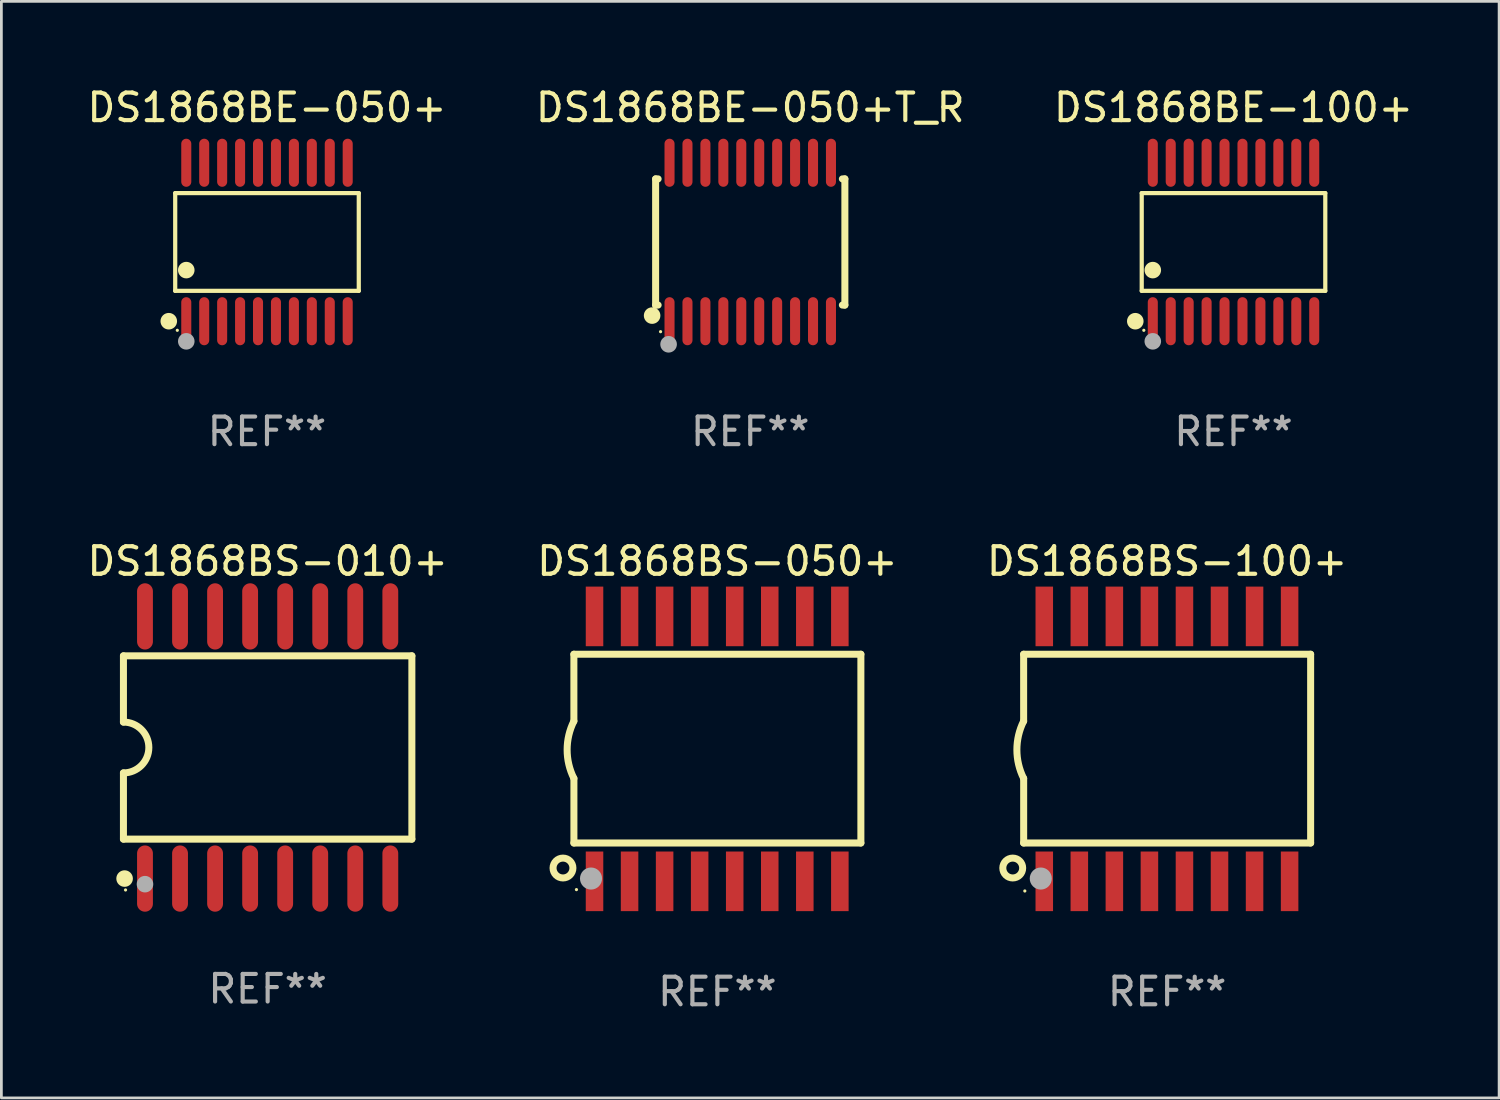
<source format=kicad_pcb>
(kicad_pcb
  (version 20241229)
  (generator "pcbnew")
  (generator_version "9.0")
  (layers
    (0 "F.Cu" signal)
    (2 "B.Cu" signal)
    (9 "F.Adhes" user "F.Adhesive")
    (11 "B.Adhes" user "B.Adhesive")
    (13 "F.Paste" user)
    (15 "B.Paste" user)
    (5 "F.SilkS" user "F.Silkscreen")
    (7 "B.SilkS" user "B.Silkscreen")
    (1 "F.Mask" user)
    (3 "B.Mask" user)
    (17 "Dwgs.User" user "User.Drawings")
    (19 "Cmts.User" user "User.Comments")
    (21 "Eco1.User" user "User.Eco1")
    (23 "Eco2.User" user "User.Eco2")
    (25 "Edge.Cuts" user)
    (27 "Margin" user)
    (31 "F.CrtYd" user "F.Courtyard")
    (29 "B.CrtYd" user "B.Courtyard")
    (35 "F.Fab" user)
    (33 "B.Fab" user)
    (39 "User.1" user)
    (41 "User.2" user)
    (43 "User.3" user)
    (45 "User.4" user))
  (footprint "DS1868BE-100+"
    (layer "F.Cu")
    (at 41.649 5.719)
    (property "Reference" "DS1868BE-100+" (at 0 -4.871 0) (layer "F.SilkS") (effects (font (size 1 1) (thickness 0.15))))
    (attr through_hole)
    (fp_line (start -3.326 -1.771) (end 3.326 -1.771) (stroke (width 0.152) (type solid)) (layer "F.SilkS"))
    (fp_line (start -3.326 1.771) (end -3.326 -1.771) (stroke (width 0.152) (type solid)) (layer "F.SilkS"))
    (fp_line (start 3.326 -1.771) (end 3.326 1.771) (stroke (width 0.152) (type solid)) (layer "F.SilkS"))
    (fp_line (start 3.326 1.771) (end -3.326 1.771) (stroke (width 0.152) (type solid)) (layer "F.SilkS"))
    (fp_circle (center -3.559 2.871) (end -3.409 2.871) (stroke (width 0.3) (type solid)) (fill no) (layer "F.SilkS"))
    (fp_circle (center -3.25 3.2) (end -3.22 3.2) (stroke (width 0.06) (type solid)) (fill no) (layer "F.SilkS"))
    (fp_circle (center -2.925 1.019) (end -2.775 1.019) (stroke (width 0.3) (type solid)) (fill no) (layer "F.SilkS"))
    (fp_circle (center -2.925 3.6) (end -2.775 3.6) (stroke (width 0.3) (type solid)) (fill no) (layer "F.Fab"))
    (fp_text user "REF**" (at 0 6.871 0) (layer "F.Fab") (effects (font (size 1 1) (thickness 0.15))))
    (pad "1" smd oval (at -2.925 2.871) (size 0.364 1.742) (layers "F.Cu" "F.Mask" "F.Paste"))
    (pad "2" smd oval (at -2.275 2.871) (size 0.364 1.742) (layers "F.Cu" "F.Mask" "F.Paste"))
    (pad "3" smd oval (at -1.625 2.871) (size 0.364 1.742) (layers "F.Cu" "F.Mask" "F.Paste"))
    (pad "4" smd oval (at -0.975 2.871) (size 0.364 1.742) (layers "F.Cu" "F.Mask" "F.Paste"))
    (pad "5" smd oval (at -0.325 2.871) (size 0.364 1.742) (layers "F.Cu" "F.Mask" "F.Paste"))
    (pad "6" smd oval (at 0.325 2.871) (size 0.364 1.742) (layers "F.Cu" "F.Mask" "F.Paste"))
    (pad "7" smd oval (at 0.975 2.871) (size 0.364 1.742) (layers "F.Cu" "F.Mask" "F.Paste"))
    (pad "8" smd oval (at 1.625 2.871) (size 0.364 1.742) (layers "F.Cu" "F.Mask" "F.Paste"))
    (pad "9" smd oval (at 2.275 2.871) (size 0.364 1.742) (layers "F.Cu" "F.Mask" "F.Paste"))
    (pad "10" smd oval (at 2.925 2.871) (size 0.364 1.742) (layers "F.Cu" "F.Mask" "F.Paste"))
    (pad "11" smd oval (at 2.925 -2.871) (size 0.364 1.742) (layers "F.Cu" "F.Mask" "F.Paste"))
    (pad "12" smd oval (at 2.275 -2.871) (size 0.364 1.742) (layers "F.Cu" "F.Mask" "F.Paste"))
    (pad "13" smd oval (at 1.625 -2.871) (size 0.364 1.742) (layers "F.Cu" "F.Mask" "F.Paste"))
    (pad "14" smd oval (at 0.975 -2.871) (size 0.364 1.742) (layers "F.Cu" "F.Mask" "F.Paste"))
    (pad "15" smd oval (at 0.325 -2.871) (size 0.364 1.742) (layers "F.Cu" "F.Mask" "F.Paste"))
    (pad "16" smd oval (at -0.325 -2.871) (size 0.364 1.742) (layers "F.Cu" "F.Mask" "F.Paste"))
    (pad "17" smd oval (at -0.975 -2.871) (size 0.364 1.742) (layers "F.Cu" "F.Mask" "F.Paste"))
    (pad "18" smd oval (at -1.625 -2.871) (size 0.364 1.742) (layers "F.Cu" "F.Mask" "F.Paste"))
    (pad "19" smd oval (at -2.275 -2.871) (size 0.364 1.742) (layers "F.Cu" "F.Mask" "F.Paste"))
    (pad "20" smd oval (at -2.925 -2.871) (size 0.364 1.742) (layers "F.Cu" "F.Mask" "F.Paste")))
  (footprint "DS1868BS-050+"
    (layer "F.Cu")
    (at 22.946 24.087)
    (property "Reference" "DS1868BS-050+" (at 0 -6.8 0) (layer "F.SilkS") (effects (font (size 1 1) (thickness 0.15))))
    (attr through_hole)
    (fp_line (start -5.2 -3.429) (end -5.2 -1.005) (stroke (width 0.254) (type solid)) (layer "F.SilkS"))
    (fp_line (start -5.2 -3.429) (end 5.2 -3.429) (stroke (width 0.254) (type solid)) (layer "F.SilkS"))
    (fp_line (start -5.2 3.411) (end 5.2 3.411) (stroke (width 0.254) (type solid)) (layer "F.SilkS"))
    (fp_line (start -5.199 1.071) (end -5.199 3.411) (stroke (width 0.254) (type solid)) (layer "F.SilkS"))
    (fp_line (start 5.2 -3.429) (end 5.2 3.411) (stroke (width 0.254) (type solid)) (layer "F.SilkS"))
    (fp_arc (start -5.199391 1.07079) (mid -5.444637 0.032863) (end -5.2 -1.005207) (stroke (width 0.254001) (type solid)) (layer "F.SilkS"))
    (fp_circle (center -5.595 4.318) (end -5.235 4.318) (stroke (width 0.254) (type solid)) (fill no) (layer "F.SilkS"))
    (fp_circle (center -5.107 5.1) (end -5.077 5.1) (stroke (width 0.06) (type solid)) (fill no) (layer "F.SilkS"))
    (fp_circle (center -4.579 4.699) (end -4.379 4.699) (stroke (width 0.4) (type solid)) (fill no) (layer "F.Fab"))
    (fp_text user "REF**" (at 0 8.8 0) (layer "F.Fab") (effects (font (size 1 1) (thickness 0.15))))
    (pad "1" smd rect (at -4.452 4.8) (size 0.635 2.16) (layers "F.Cu" "F.Mask" "F.Paste"))
    (pad "2" smd rect (at -3.182 4.8) (size 0.635 2.16) (layers "F.Cu" "F.Mask" "F.Paste"))
    (pad "3" smd rect (at -1.912 4.8) (size 0.635 2.16) (layers "F.Cu" "F.Mask" "F.Paste"))
    (pad "4" smd rect (at -0.642 4.8) (size 0.635 2.16) (layers "F.Cu" "F.Mask" "F.Paste"))
    (pad "5" smd rect (at 0.628 4.8) (size 0.635 2.16) (layers "F.Cu" "F.Mask" "F.Paste"))
    (pad "6" smd rect (at 1.898 4.8) (size 0.635 2.16) (layers "F.Cu" "F.Mask" "F.Paste"))
    (pad "7" smd rect (at 3.168 4.8) (size 0.635 2.16) (layers "F.Cu" "F.Mask" "F.Paste"))
    (pad "8" smd rect (at 4.438 4.8) (size 0.635 2.16) (layers "F.Cu" "F.Mask" "F.Paste"))
    (pad "9" smd rect (at 4.438 -4.8) (size 0.635 2.16) (layers "F.Cu" "F.Mask" "F.Paste"))
    (pad "10" smd rect (at 3.168 -4.8) (size 0.635 2.16) (layers "F.Cu" "F.Mask" "F.Paste"))
    (pad "11" smd rect (at 1.898 -4.8) (size 0.635 2.16) (layers "F.Cu" "F.Mask" "F.Paste"))
    (pad "12" smd rect (at 0.628 -4.8) (size 0.635 2.16) (layers "F.Cu" "F.Mask" "F.Paste"))
    (pad "13" smd rect (at -0.642 -4.8) (size 0.635 2.16) (layers "F.Cu" "F.Mask" "F.Paste"))
    (pad "14" smd rect (at -1.912 -4.8) (size 0.635 2.16) (layers "F.Cu" "F.Mask" "F.Paste"))
    (pad "15" smd rect (at -3.182 -4.8) (size 0.635 2.16) (layers "F.Cu" "F.Mask" "F.Paste"))
    (pad "16" smd rect (at -4.452 -4.8) (size 0.635 2.16) (layers "F.Cu" "F.Mask" "F.Paste")))
  (footprint "DS1868BS-010+"
    (layer "F.Cu")
    (at 6.649 24.037)
    (property "Reference" "DS1868BS-010+" (at 0 -6.75 0) (layer "F.SilkS") (effects (font (size 1 1) (thickness 0.15))))
    (attr through_hole)
    (fp_line (start -5.226 -3.321) (end -5.226 -0.921) (stroke (width 0.254) (type solid)) (layer "F.SilkS"))
    (fp_line (start -5.226 -3.321) (end 5.226 -3.321) (stroke (width 0.254) (type solid)) (layer "F.SilkS"))
    (fp_line (start -5.226 3.321) (end -5.226 0.921) (stroke (width 0.254) (type solid)) (layer "F.SilkS"))
    (fp_line (start 5.226 -3.321) (end 5.226 3.321) (stroke (width 0.254) (type solid)) (layer "F.SilkS"))
    (fp_line (start 5.226 3.321) (end -5.226 3.321) (stroke (width 0.254) (type solid)) (layer "F.SilkS"))
    (fp_arc (start -5.226594 -0.920751) (mid -4.305538 0.000127) (end -5.226238 0.921361) (stroke (width 0.254001) (type solid)) (layer "F.SilkS"))
    (fp_circle (center -5.184 4.75) (end -5.034 4.75) (stroke (width 0.3) (type solid)) (fill no) (layer "F.SilkS"))
    (fp_circle (center -5.15 5.163) (end -5.12 5.163) (stroke (width 0.06) (type solid)) (fill no) (layer "F.SilkS"))
    (fp_circle (center -4.445 4.953) (end -4.295 4.953) (stroke (width 0.3) (type solid)) (fill no) (layer "F.Fab"))
    (fp_text user "REF**" (at 0 8.75 0) (layer "F.Fab") (effects (font (size 1 1) (thickness 0.15))))
    (pad "1" smd oval (at -4.445 4.75) (size 0.574 2.401) (layers "F.Cu" "F.Mask" "F.Paste"))
    (pad "2" smd oval (at -3.175 4.75) (size 0.574 2.401) (layers "F.Cu" "F.Mask" "F.Paste"))
    (pad "3" smd oval (at -1.905 4.75) (size 0.574 2.401) (layers "F.Cu" "F.Mask" "F.Paste"))
    (pad "4" smd oval (at -0.635 4.75) (size 0.574 2.401) (layers "F.Cu" "F.Mask" "F.Paste"))
    (pad "5" smd oval (at 0.635 4.75) (size 0.574 2.401) (layers "F.Cu" "F.Mask" "F.Paste"))
    (pad "6" smd oval (at 1.905 4.75) (size 0.574 2.401) (layers "F.Cu" "F.Mask" "F.Paste"))
    (pad "7" smd oval (at 3.175 4.75) (size 0.574 2.401) (layers "F.Cu" "F.Mask" "F.Paste"))
    (pad "8" smd oval (at 4.445 4.75) (size 0.574 2.401) (layers "F.Cu" "F.Mask" "F.Paste"))
    (pad "9" smd oval (at 4.445 -4.75) (size 0.574 2.401) (layers "F.Cu" "F.Mask" "F.Paste"))
    (pad "10" smd oval (at 3.175 -4.75) (size 0.574 2.401) (layers "F.Cu" "F.Mask" "F.Paste"))
    (pad "11" smd oval (at 1.905 -4.75) (size 0.574 2.401) (layers "F.Cu" "F.Mask" "F.Paste"))
    (pad "12" smd oval (at 0.635 -4.75) (size 0.574 2.401) (layers "F.Cu" "F.Mask" "F.Paste"))
    (pad "13" smd oval (at -0.635 -4.75) (size 0.574 2.401) (layers "F.Cu" "F.Mask" "F.Paste"))
    (pad "14" smd oval (at -1.905 -4.75) (size 0.574 2.401) (layers "F.Cu" "F.Mask" "F.Paste"))
    (pad "15" smd oval (at -3.175 -4.75) (size 0.574 2.401) (layers "F.Cu" "F.Mask" "F.Paste"))
    (pad "16" smd oval (at -4.445 -4.75) (size 0.574 2.401) (layers "F.Cu" "F.Mask" "F.Paste")))
  (footprint "DS1868BE-050+"
    (layer "F.Cu")
    (at 6.625 5.719)
    (property "Reference" "DS1868BE-050+" (at 0 -4.871 0) (layer "F.SilkS") (effects (font (size 1 1) (thickness 0.15))))
    (attr through_hole)
    (fp_line (start -3.326 -1.771) (end 3.326 -1.771) (stroke (width 0.152) (type solid)) (layer "F.SilkS"))
    (fp_line (start -3.326 1.771) (end -3.326 -1.771) (stroke (width 0.152) (type solid)) (layer "F.SilkS"))
    (fp_line (start 3.326 -1.771) (end 3.326 1.771) (stroke (width 0.152) (type solid)) (layer "F.SilkS"))
    (fp_line (start 3.326 1.771) (end -3.326 1.771) (stroke (width 0.152) (type solid)) (layer "F.SilkS"))
    (fp_circle (center -3.559 2.871) (end -3.409 2.871) (stroke (width 0.3) (type solid)) (fill no) (layer "F.SilkS"))
    (fp_circle (center -3.25 3.2) (end -3.22 3.2) (stroke (width 0.06) (type solid)) (fill no) (layer "F.SilkS"))
    (fp_circle (center -2.925 1.019) (end -2.775 1.019) (stroke (width 0.3) (type solid)) (fill no) (layer "F.SilkS"))
    (fp_circle (center -2.925 3.6) (end -2.775 3.6) (stroke (width 0.3) (type solid)) (fill no) (layer "F.Fab"))
    (fp_text user "REF**" (at 0 6.871 0) (layer "F.Fab") (effects (font (size 1 1) (thickness 0.15))))
    (pad "1" smd oval (at -2.925 2.871) (size 0.364 1.742) (layers "F.Cu" "F.Mask" "F.Paste"))
    (pad "2" smd oval (at -2.275 2.871) (size 0.364 1.742) (layers "F.Cu" "F.Mask" "F.Paste"))
    (pad "3" smd oval (at -1.625 2.871) (size 0.364 1.742) (layers "F.Cu" "F.Mask" "F.Paste"))
    (pad "4" smd oval (at -0.975 2.871) (size 0.364 1.742) (layers "F.Cu" "F.Mask" "F.Paste"))
    (pad "5" smd oval (at -0.325 2.871) (size 0.364 1.742) (layers "F.Cu" "F.Mask" "F.Paste"))
    (pad "6" smd oval (at 0.325 2.871) (size 0.364 1.742) (layers "F.Cu" "F.Mask" "F.Paste"))
    (pad "7" smd oval (at 0.975 2.871) (size 0.364 1.742) (layers "F.Cu" "F.Mask" "F.Paste"))
    (pad "8" smd oval (at 1.625 2.871) (size 0.364 1.742) (layers "F.Cu" "F.Mask" "F.Paste"))
    (pad "9" smd oval (at 2.275 2.871) (size 0.364 1.742) (layers "F.Cu" "F.Mask" "F.Paste"))
    (pad "10" smd oval (at 2.925 2.871) (size 0.364 1.742) (layers "F.Cu" "F.Mask" "F.Paste"))
    (pad "11" smd oval (at 2.925 -2.871) (size 0.364 1.742) (layers "F.Cu" "F.Mask" "F.Paste"))
    (pad "12" smd oval (at 2.275 -2.871) (size 0.364 1.742) (layers "F.Cu" "F.Mask" "F.Paste"))
    (pad "13" smd oval (at 1.625 -2.871) (size 0.364 1.742) (layers "F.Cu" "F.Mask" "F.Paste"))
    (pad "14" smd oval (at 0.975 -2.871) (size 0.364 1.742) (layers "F.Cu" "F.Mask" "F.Paste"))
    (pad "15" smd oval (at 0.325 -2.871) (size 0.364 1.742) (layers "F.Cu" "F.Mask" "F.Paste"))
    (pad "16" smd oval (at -0.325 -2.871) (size 0.364 1.742) (layers "F.Cu" "F.Mask" "F.Paste"))
    (pad "17" smd oval (at -0.975 -2.871) (size 0.364 1.742) (layers "F.Cu" "F.Mask" "F.Paste"))
    (pad "18" smd oval (at -1.625 -2.871) (size 0.364 1.742) (layers "F.Cu" "F.Mask" "F.Paste"))
    (pad "19" smd oval (at -2.275 -2.871) (size 0.364 1.742) (layers "F.Cu" "F.Mask" "F.Paste"))
    (pad "20" smd oval (at -2.925 -2.871) (size 0.364 1.742) (layers "F.Cu" "F.Mask" "F.Paste")))
  (footprint "DS1868BE-050+T_R"
    (layer "F.Cu")
    (at 24.137 5.719)
    (property "Reference" "DS1868BE-050+T_R" (at 0 -4.871 0) (layer "F.SilkS") (effects (font (size 1 1) (thickness 0.15))))
    (attr through_hole)
    (fp_line (start -3.429 -2.286) (end -3.429 2.286) (stroke (width 0.254) (type solid)) (layer "F.SilkS"))
    (fp_line (start -3.429 2.286) (end -3.338 2.286) (stroke (width 0.254) (type solid)) (layer "F.SilkS"))
    (fp_line (start -3.338 -2.286) (end -3.429 -2.286) (stroke (width 0.254) (type solid)) (layer "F.SilkS"))
    (fp_line (start 3.338 -2.286) (end 3.429 -2.286) (stroke (width 0.254) (type solid)) (layer "F.SilkS"))
    (fp_line (start 3.429 -2.286) (end 3.429 2.286) (stroke (width 0.254) (type solid)) (layer "F.SilkS"))
    (fp_line (start 3.429 2.286) (end 3.338 2.286) (stroke (width 0.254) (type solid)) (layer "F.SilkS"))
    (fp_circle (center -3.556 2.667) (end -3.406 2.667) (stroke (width 0.3) (type solid)) (fill no) (layer "F.SilkS"))
    (fp_circle (center -3.25 3.25) (end -3.22 3.25) (stroke (width 0.06) (type solid)) (fill no) (layer "F.SilkS"))
    (fp_circle (center -2.959 3.707) (end -2.808 3.707) (stroke (width 0.3) (type solid)) (fill no) (layer "F.Fab"))
    (fp_text user "REF**" (at 0 6.871 0) (layer "F.Fab") (effects (font (size 1 1) (thickness 0.15))))
    (pad "1" smd oval (at -2.925 2.871) (size 0.364 1.742) (layers "F.Cu" "F.Mask" "F.Paste"))
    (pad "2" smd oval (at -2.275 2.871) (size 0.364 1.742) (layers "F.Cu" "F.Mask" "F.Paste"))
    (pad "3" smd oval (at -1.625 2.871) (size 0.364 1.742) (layers "F.Cu" "F.Mask" "F.Paste"))
    (pad "4" smd oval (at -0.975 2.871) (size 0.364 1.742) (layers "F.Cu" "F.Mask" "F.Paste"))
    (pad "5" smd oval (at -0.325 2.871) (size 0.364 1.742) (layers "F.Cu" "F.Mask" "F.Paste"))
    (pad "6" smd oval (at 0.325 2.871) (size 0.364 1.742) (layers "F.Cu" "F.Mask" "F.Paste"))
    (pad "7" smd oval (at 0.975 2.871) (size 0.364 1.742) (layers "F.Cu" "F.Mask" "F.Paste"))
    (pad "8" smd oval (at 1.625 2.871) (size 0.364 1.742) (layers "F.Cu" "F.Mask" "F.Paste"))
    (pad "9" smd oval (at 2.275 2.871) (size 0.364 1.742) (layers "F.Cu" "F.Mask" "F.Paste"))
    (pad "10" smd oval (at 2.925 2.871) (size 0.364 1.742) (layers "F.Cu" "F.Mask" "F.Paste"))
    (pad "11" smd oval (at 2.925 -2.871) (size 0.364 1.742) (layers "F.Cu" "F.Mask" "F.Paste"))
    (pad "12" smd oval (at 2.275 -2.871) (size 0.364 1.742) (layers "F.Cu" "F.Mask" "F.Paste"))
    (pad "13" smd oval (at 1.625 -2.871) (size 0.364 1.742) (layers "F.Cu" "F.Mask" "F.Paste"))
    (pad "14" smd oval (at 0.975 -2.871) (size 0.364 1.742) (layers "F.Cu" "F.Mask" "F.Paste"))
    (pad "15" smd oval (at 0.325 -2.871) (size 0.364 1.742) (layers "F.Cu" "F.Mask" "F.Paste"))
    (pad "16" smd oval (at -0.325 -2.871) (size 0.364 1.742) (layers "F.Cu" "F.Mask" "F.Paste"))
    (pad "17" smd oval (at -0.975 -2.871) (size 0.364 1.742) (layers "F.Cu" "F.Mask" "F.Paste"))
    (pad "18" smd oval (at -1.625 -2.871) (size 0.364 1.742) (layers "F.Cu" "F.Mask" "F.Paste"))
    (pad "19" smd oval (at -2.275 -2.871) (size 0.364 1.742) (layers "F.Cu" "F.Mask" "F.Paste"))
    (pad "20" smd oval (at -2.925 -2.871) (size 0.364 1.742) (layers "F.Cu" "F.Mask" "F.Paste")))
  (footprint "DS1868BS-100+"
    (layer "F.Cu")
    (at 39.244 24.087)
    (property "Reference" "DS1868BS-100+" (at 0 -6.8 0) (layer "F.SilkS") (effects (font (size 1 1) (thickness 0.15))))
    (attr through_hole)
    (fp_line (start -5.2 -3.429) (end -5.2 -1.005) (stroke (width 0.254) (type solid)) (layer "F.SilkS"))
    (fp_line (start -5.2 -3.429) (end 5.2 -3.429) (stroke (width 0.254) (type solid)) (layer "F.SilkS"))
    (fp_line (start -5.2 3.411) (end 5.2 3.411) (stroke (width 0.254) (type solid)) (layer "F.SilkS"))
    (fp_line (start -5.199 1.071) (end -5.199 3.411) (stroke (width 0.254) (type solid)) (layer "F.SilkS"))
    (fp_line (start 5.2 -3.429) (end 5.2 3.411) (stroke (width 0.254) (type solid)) (layer "F.SilkS"))
    (fp_arc (start -5.199391 1.07079) (mid -5.444637 0.032863) (end -5.2 -1.005207) (stroke (width 0.254001) (type solid)) (layer "F.SilkS"))
    (fp_circle (center -5.595 4.318) (end -5.235 4.318) (stroke (width 0.254) (type solid)) (fill no) (layer "F.SilkS"))
    (fp_circle (center -5.157 5.15) (end -5.127 5.15) (stroke (width 0.06) (type solid)) (fill no) (layer "F.SilkS"))
    (fp_circle (center -4.579 4.699) (end -4.379 4.699) (stroke (width 0.4) (type solid)) (fill no) (layer "F.Fab"))
    (fp_text user "REF**" (at 0 8.8 0) (layer "F.Fab") (effects (font (size 1 1) (thickness 0.15))))
    (pad "1" smd rect (at -4.452 4.8) (size 0.635 2.16) (layers "F.Cu" "F.Mask" "F.Paste"))
    (pad "2" smd rect (at -3.182 4.8) (size 0.635 2.16) (layers "F.Cu" "F.Mask" "F.Paste"))
    (pad "3" smd rect (at -1.912 4.8) (size 0.635 2.16) (layers "F.Cu" "F.Mask" "F.Paste"))
    (pad "4" smd rect (at -0.642 4.8) (size 0.635 2.16) (layers "F.Cu" "F.Mask" "F.Paste"))
    (pad "5" smd rect (at 0.628 4.8) (size 0.635 2.16) (layers "F.Cu" "F.Mask" "F.Paste"))
    (pad "6" smd rect (at 1.898 4.8) (size 0.635 2.16) (layers "F.Cu" "F.Mask" "F.Paste"))
    (pad "7" smd rect (at 3.168 4.8) (size 0.635 2.16) (layers "F.Cu" "F.Mask" "F.Paste"))
    (pad "8" smd rect (at 4.438 4.8) (size 0.635 2.16) (layers "F.Cu" "F.Mask" "F.Paste"))
    (pad "9" smd rect (at 4.438 -4.8) (size 0.635 2.16) (layers "F.Cu" "F.Mask" "F.Paste"))
    (pad "10" smd rect (at 3.168 -4.8) (size 0.635 2.16) (layers "F.Cu" "F.Mask" "F.Paste"))
    (pad "11" smd rect (at 1.898 -4.8) (size 0.635 2.16) (layers "F.Cu" "F.Mask" "F.Paste"))
    (pad "12" smd rect (at 0.628 -4.8) (size 0.635 2.16) (layers "F.Cu" "F.Mask" "F.Paste"))
    (pad "13" smd rect (at -0.642 -4.8) (size 0.635 2.16) (layers "F.Cu" "F.Mask" "F.Paste"))
    (pad "14" smd rect (at -1.912 -4.8) (size 0.635 2.16) (layers "F.Cu" "F.Mask" "F.Paste"))
    (pad "15" smd rect (at -3.182 -4.8) (size 0.635 2.16) (layers "F.Cu" "F.Mask" "F.Paste"))
    (pad "16" smd rect (at -4.452 -4.8) (size 0.635 2.16) (layers "F.Cu" "F.Mask" "F.Paste")))
  (gr_rect
    (start -3 -3)
    (end 51.274 36.735)
    (stroke (width 0.1) (type default))
    (fill no)
    (layer "Edge.Cuts")))
</source>
